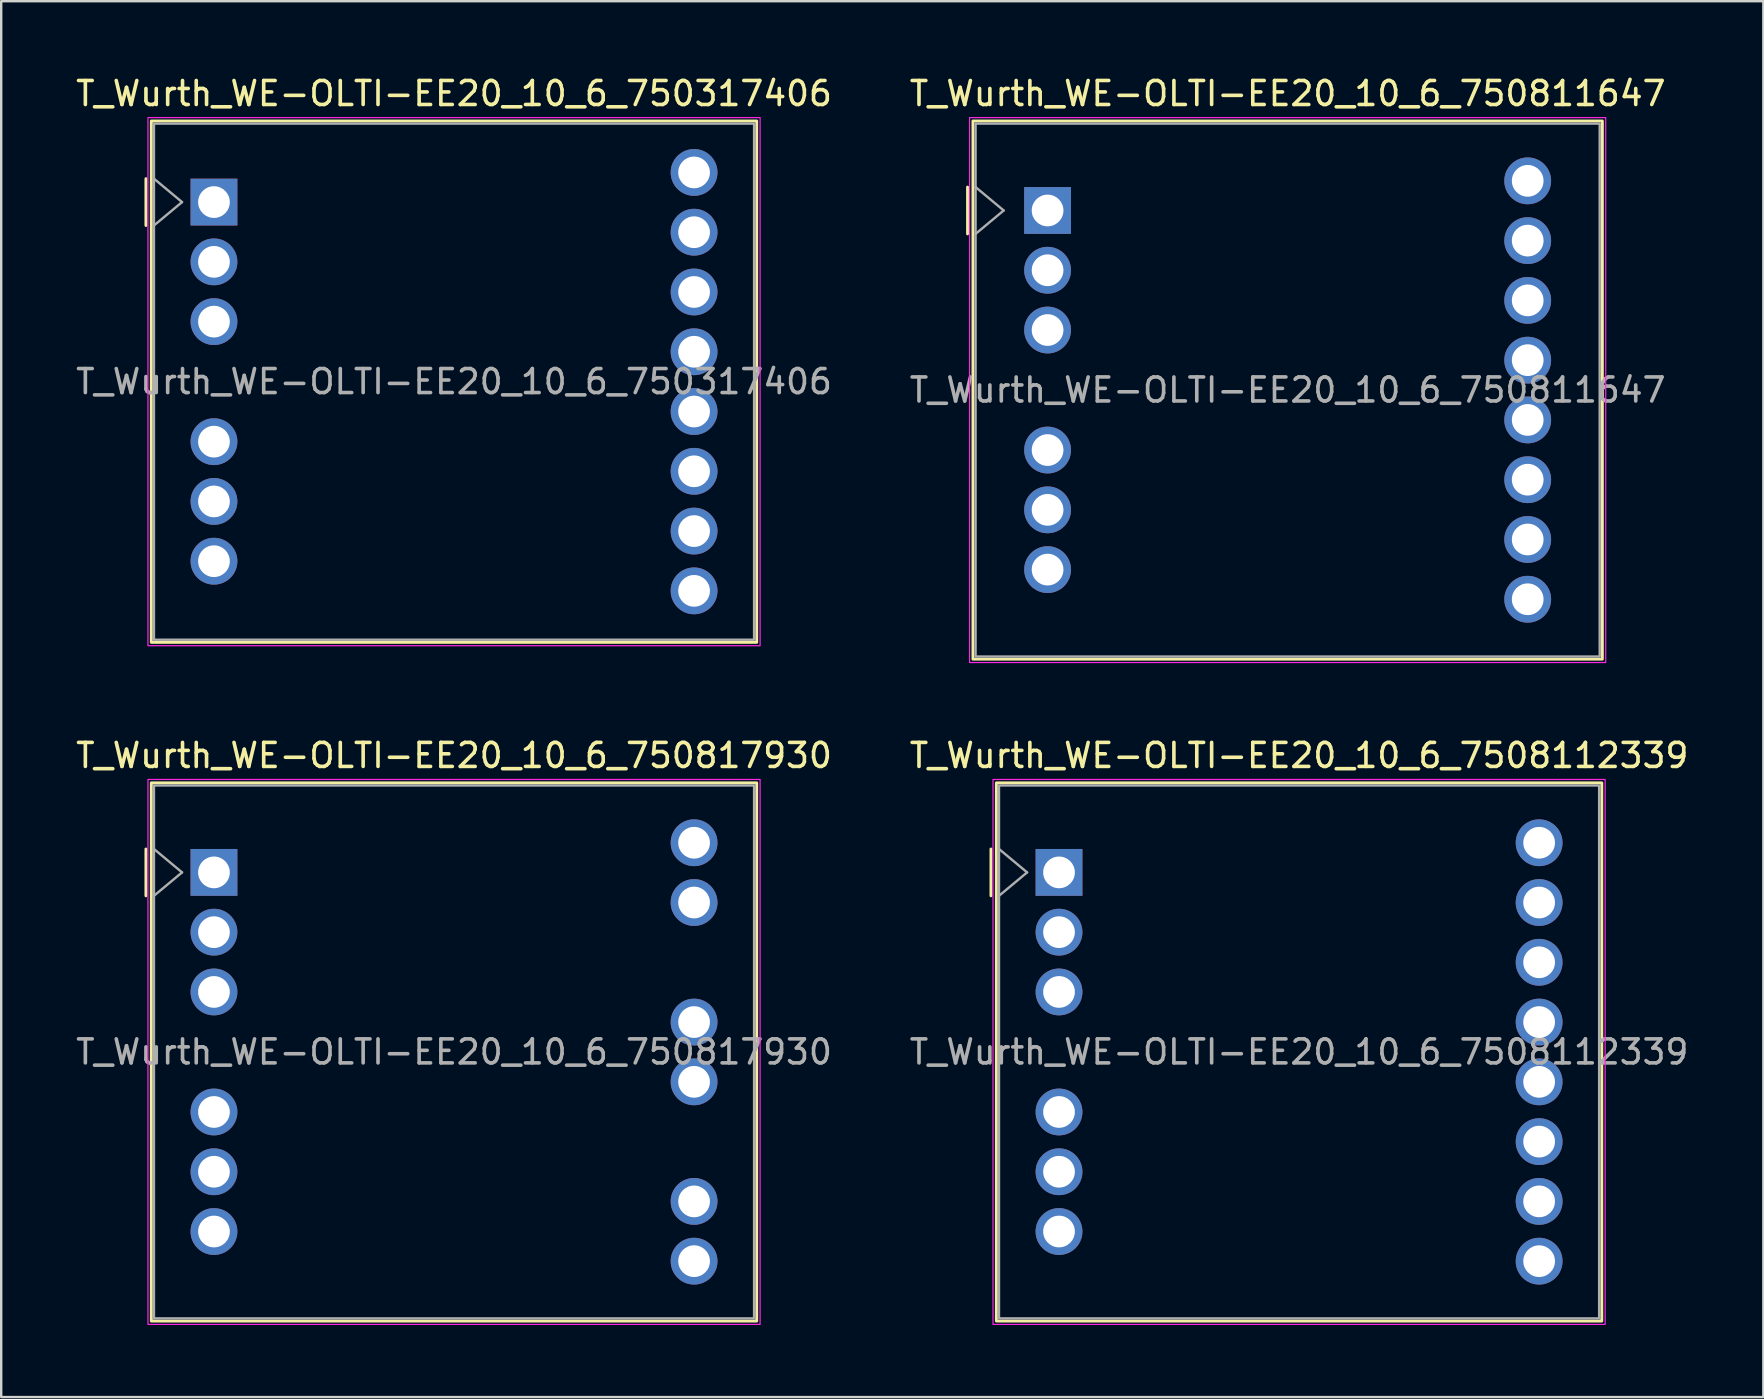
<source format=kicad_pcb>
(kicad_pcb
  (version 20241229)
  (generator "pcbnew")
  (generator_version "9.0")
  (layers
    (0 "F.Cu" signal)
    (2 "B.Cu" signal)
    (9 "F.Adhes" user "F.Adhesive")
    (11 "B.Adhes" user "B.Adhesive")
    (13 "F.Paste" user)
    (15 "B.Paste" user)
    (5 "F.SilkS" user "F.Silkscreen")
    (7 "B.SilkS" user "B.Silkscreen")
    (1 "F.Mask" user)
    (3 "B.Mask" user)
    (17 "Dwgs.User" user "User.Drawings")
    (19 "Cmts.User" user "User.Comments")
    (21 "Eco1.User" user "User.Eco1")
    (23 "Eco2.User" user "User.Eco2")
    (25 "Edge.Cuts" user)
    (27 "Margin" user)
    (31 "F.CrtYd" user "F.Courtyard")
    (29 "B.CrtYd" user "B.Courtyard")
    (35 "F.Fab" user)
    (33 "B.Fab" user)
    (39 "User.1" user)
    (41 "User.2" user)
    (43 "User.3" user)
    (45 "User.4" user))
  (footprint "T_Wurth_WE-OLTI-EE20_10_6_750317406"
    (layer "F.Cu")
    (at 5.863 5.368)
    (property "Reference" "T_Wurth_WE-OLTI-EE20_10_6_750317406" (at 10 -4.52 0) (unlocked yes) (layer "F.SilkS") (effects (font (size 1 1) (thickness 0.15))))
    (attr smd)
    (fp_line (start -2.835 -0.975) (end -2.835 0.975) (stroke (width 0.12) (type solid)) (layer "F.SilkS"))
    (fp_rect (start -2.61 -3.38) (end 22.61 18.34) (stroke (width 0.12) (type solid)) (fill no) (layer "F.SilkS"))
    (fp_rect (start -2.75 -3.52) (end 22.75 18.48) (stroke (width 0.05) (type solid)) (fill no) (layer "F.CrtYd"))
    (fp_line (start -2.5 -0.975) (end -1.33 0) (stroke (width 0.1) (type solid)) (layer "F.Fab"))
    (fp_line (start -2.5 0.975) (end -1.33 0) (stroke (width 0.1) (type solid)) (layer "F.Fab"))
    (fp_rect (start -2.5 -3.27) (end 22.5 18.23) (stroke (width 0.1) (type solid)) (fill no) (layer "F.Fab"))
    (fp_text user "${REFERENCE}" (at 10 7.48 0) (unlocked yes) (layer "F.Fab") (effects (font (size 1 1) (thickness 0.15))))
    (pad "1" thru_hole rect (at 0 0) (size 1.95 1.95) (drill 1.32) (layers "*.Cu" "*.Mask"))
    (pad "2" thru_hole circle (at 0 2.49) (size 1.95 1.95) (drill 1.32) (layers "*.Cu" "*.Mask"))
    (pad "3" thru_hole circle (at 0 4.98) (size 1.95 1.95) (drill 1.32) (layers "*.Cu" "*.Mask"))
    (pad "4" thru_hole circle (at 0 9.98) (size 1.95 1.95) (drill 1.32) (layers "*.Cu" "*.Mask"))
    (pad "5" thru_hole circle (at 0 12.47) (size 1.95 1.95) (drill 1.32) (layers "*.Cu" "*.Mask"))
    (pad "6" thru_hole circle (at 0 14.96) (size 1.95 1.95) (drill 1.32) (layers "*.Cu" "*.Mask"))
    (pad "7" thru_hole circle (at 20 16.195) (size 1.95 1.95) (drill 1.32) (layers "*.Cu" "*.Mask"))
    (pad "8" thru_hole circle (at 20 13.705) (size 1.95 1.95) (drill 1.32) (layers "*.Cu" "*.Mask"))
    (pad "9" thru_hole circle (at 20 11.215) (size 1.95 1.95) (drill 1.32) (layers "*.Cu" "*.Mask"))
    (pad "10" thru_hole circle (at 20 8.725) (size 1.95 1.95) (drill 1.32) (layers "*.Cu" "*.Mask"))
    (pad "11" thru_hole circle (at 20 6.235) (size 1.95 1.95) (drill 1.32) (layers "*.Cu" "*.Mask"))
    (pad "12" thru_hole circle (at 20 3.745) (size 1.95 1.95) (drill 1.32) (layers "*.Cu" "*.Mask"))
    (pad "13" thru_hole circle (at 20 1.255) (size 1.95 1.95) (drill 1.32) (layers "*.Cu" "*.Mask"))
    (pad "14" thru_hole circle (at 20 -1.235) (size 1.95 1.95) (drill 1.32) (layers "*.Cu" "*.Mask")))
  (footprint "T_Wurth_WE-OLTI-EE20_10_6_750817930"
    (layer "F.Cu")
    (at 5.863 33.291)
    (property "Reference" "T_Wurth_WE-OLTI-EE20_10_6_750817930" (at 10 -4.87 0) (unlocked yes) (layer "F.SilkS") (effects (font (size 1 1) (thickness 0.15))))
    (attr smd)
    (fp_line (start -2.835 -0.975) (end -2.835 0.975) (stroke (width 0.12) (type solid)) (layer "F.SilkS"))
    (fp_rect (start -2.61 -3.73) (end 22.61 18.69) (stroke (width 0.12) (type solid)) (fill no) (layer "F.SilkS"))
    (fp_rect (start -2.75 -3.87) (end 22.75 18.83) (stroke (width 0.05) (type solid)) (fill no) (layer "F.CrtYd"))
    (fp_line (start -2.5 -0.975) (end -1.33 0) (stroke (width 0.1) (type solid)) (layer "F.Fab"))
    (fp_line (start -2.5 0.975) (end -1.33 0) (stroke (width 0.1) (type solid)) (layer "F.Fab"))
    (fp_rect (start -2.5 -3.62) (end 22.5 18.58) (stroke (width 0.1) (type solid)) (fill no) (layer "F.Fab"))
    (fp_text user "${REFERENCE}" (at 10 7.48 0) (unlocked yes) (layer "F.Fab") (effects (font (size 1 1) (thickness 0.15))))
    (pad "1" thru_hole rect (at 0 0) (size 1.95 1.95) (drill 1.32) (layers "*.Cu" "*.Mask"))
    (pad "2" thru_hole circle (at 0 2.49) (size 1.95 1.95) (drill 1.32) (layers "*.Cu" "*.Mask"))
    (pad "3" thru_hole circle (at 0 4.98) (size 1.95 1.95) (drill 1.32) (layers "*.Cu" "*.Mask"))
    (pad "4" thru_hole circle (at 0 9.98) (size 1.95 1.95) (drill 1.32) (layers "*.Cu" "*.Mask"))
    (pad "5" thru_hole circle (at 0 12.47) (size 1.95 1.95) (drill 1.32) (layers "*.Cu" "*.Mask"))
    (pad "6" thru_hole circle (at 0 14.96) (size 1.95 1.95) (drill 1.32) (layers "*.Cu" "*.Mask"))
    (pad "7" thru_hole circle (at 20 16.195) (size 1.95 1.95) (drill 1.32) (layers "*.Cu" "*.Mask"))
    (pad "8" thru_hole circle (at 20 13.705) (size 1.95 1.95) (drill 1.32) (layers "*.Cu" "*.Mask"))
    (pad "10" thru_hole circle (at 20 8.725) (size 1.95 1.95) (drill 1.32) (layers "*.Cu" "*.Mask"))
    (pad "11" thru_hole circle (at 20 6.235) (size 1.95 1.95) (drill 1.32) (layers "*.Cu" "*.Mask"))
    (pad "13" thru_hole circle (at 20 1.255) (size 1.95 1.95) (drill 1.32) (layers "*.Cu" "*.Mask"))
    (pad "14" thru_hole circle (at 20 -1.235) (size 1.95 1.95) (drill 1.32) (layers "*.Cu" "*.Mask")))
  (footprint "T_Wurth_WE-OLTI-EE20_10_6_7508112339"
    (layer "F.Cu")
    (at 41.065 33.291)
    (property "Reference" "T_Wurth_WE-OLTI-EE20_10_6_7508112339" (at 10 -4.87 0) (unlocked yes) (layer "F.SilkS") (effects (font (size 1 1) (thickness 0.15))))
    (attr smd)
    (fp_line (start -2.835 -0.975) (end -2.835 0.975) (stroke (width 0.12) (type solid)) (layer "F.SilkS"))
    (fp_rect (start -2.61 -3.73) (end 22.61 18.69) (stroke (width 0.12) (type solid)) (fill no) (layer "F.SilkS"))
    (fp_rect (start -2.75 -3.87) (end 22.75 18.83) (stroke (width 0.05) (type solid)) (fill no) (layer "F.CrtYd"))
    (fp_line (start -2.5 -0.975) (end -1.33 0) (stroke (width 0.1) (type solid)) (layer "F.Fab"))
    (fp_line (start -2.5 0.975) (end -1.33 0) (stroke (width 0.1) (type solid)) (layer "F.Fab"))
    (fp_rect (start -2.5 -3.62) (end 22.5 18.58) (stroke (width 0.1) (type solid)) (fill no) (layer "F.Fab"))
    (fp_text user "${REFERENCE}" (at 10 7.48 0) (unlocked yes) (layer "F.Fab") (effects (font (size 1 1) (thickness 0.15))))
    (pad "1" thru_hole rect (at 0 0) (size 1.95 1.95) (drill 1.32) (layers "*.Cu" "*.Mask"))
    (pad "2" thru_hole circle (at 0 2.49) (size 1.95 1.95) (drill 1.32) (layers "*.Cu" "*.Mask"))
    (pad "3" thru_hole circle (at 0 4.98) (size 1.95 1.95) (drill 1.32) (layers "*.Cu" "*.Mask"))
    (pad "4" thru_hole circle (at 0 9.98) (size 1.95 1.95) (drill 1.32) (layers "*.Cu" "*.Mask"))
    (pad "5" thru_hole circle (at 0 12.47) (size 1.95 1.95) (drill 1.32) (layers "*.Cu" "*.Mask"))
    (pad "6" thru_hole circle (at 0 14.96) (size 1.95 1.95) (drill 1.32) (layers "*.Cu" "*.Mask"))
    (pad "7" thru_hole circle (at 20 16.195) (size 1.95 1.95) (drill 1.32) (layers "*.Cu" "*.Mask"))
    (pad "8" thru_hole circle (at 20 13.705) (size 1.95 1.95) (drill 1.32) (layers "*.Cu" "*.Mask"))
    (pad "9" thru_hole circle (at 20 11.215) (size 1.95 1.95) (drill 1.32) (layers "*.Cu" "*.Mask"))
    (pad "10" thru_hole circle (at 20 8.725) (size 1.95 1.95) (drill 1.32) (layers "*.Cu" "*.Mask"))
    (pad "11" thru_hole circle (at 20 6.235) (size 1.95 1.95) (drill 1.32) (layers "*.Cu" "*.Mask"))
    (pad "12" thru_hole circle (at 20 3.745) (size 1.95 1.95) (drill 1.32) (layers "*.Cu" "*.Mask"))
    (pad "13" thru_hole circle (at 20 1.255) (size 1.95 1.95) (drill 1.32) (layers "*.Cu" "*.Mask"))
    (pad "14" thru_hole circle (at 20 -1.235) (size 1.95 1.95) (drill 1.32) (layers "*.Cu" "*.Mask")))
  (footprint "T_Wurth_WE-OLTI-EE20_10_6_750811647"
    (layer "F.Cu")
    (at 40.589 5.718)
    (property "Reference" "T_Wurth_WE-OLTI-EE20_10_6_750811647" (at 10 -4.87 0) (unlocked yes) (layer "F.SilkS") (effects (font (size 1 1) (thickness 0.15))))
    (attr smd)
    (fp_line (start -3.335 -0.975) (end -3.335 0.975) (stroke (width 0.12) (type solid)) (layer "F.SilkS"))
    (fp_rect (start -3.11 -3.73) (end 23.11 18.69) (stroke (width 0.12) (type solid)) (fill no) (layer "F.SilkS"))
    (fp_rect (start -3.25 -3.87) (end 23.25 18.83) (stroke (width 0.05) (type solid)) (fill no) (layer "F.CrtYd"))
    (fp_line (start -3 -0.975) (end -1.83 0) (stroke (width 0.1) (type solid)) (layer "F.Fab"))
    (fp_line (start -3 0.975) (end -1.83 0) (stroke (width 0.1) (type solid)) (layer "F.Fab"))
    (fp_rect (start -3 -3.62) (end 23 18.58) (stroke (width 0.1) (type solid)) (fill no) (layer "F.Fab"))
    (fp_text user "${REFERENCE}" (at 10 7.48 0) (unlocked yes) (layer "F.Fab") (effects (font (size 1 1) (thickness 0.15))))
    (pad "1" thru_hole rect (at 0 0) (size 1.95 1.95) (drill 1.32) (layers "*.Cu" "*.Mask"))
    (pad "2" thru_hole circle (at 0 2.49) (size 1.95 1.95) (drill 1.32) (layers "*.Cu" "*.Mask"))
    (pad "3" thru_hole circle (at 0 4.98) (size 1.95 1.95) (drill 1.32) (layers "*.Cu" "*.Mask"))
    (pad "4" thru_hole circle (at 0 9.98) (size 1.95 1.95) (drill 1.32) (layers "*.Cu" "*.Mask"))
    (pad "5" thru_hole circle (at 0 12.47) (size 1.95 1.95) (drill 1.32) (layers "*.Cu" "*.Mask"))
    (pad "6" thru_hole circle (at 0 14.96) (size 1.95 1.95) (drill 1.32) (layers "*.Cu" "*.Mask"))
    (pad "7" thru_hole circle (at 20 16.195) (size 1.95 1.95) (drill 1.32) (layers "*.Cu" "*.Mask"))
    (pad "8" thru_hole circle (at 20 13.705) (size 1.95 1.95) (drill 1.32) (layers "*.Cu" "*.Mask"))
    (pad "9" thru_hole circle (at 20 11.215) (size 1.95 1.95) (drill 1.32) (layers "*.Cu" "*.Mask"))
    (pad "10" thru_hole circle (at 20 8.725) (size 1.95 1.95) (drill 1.32) (layers "*.Cu" "*.Mask"))
    (pad "11" thru_hole circle (at 20 6.235) (size 1.95 1.95) (drill 1.32) (layers "*.Cu" "*.Mask"))
    (pad "12" thru_hole circle (at 20 3.745) (size 1.95 1.95) (drill 1.32) (layers "*.Cu" "*.Mask"))
    (pad "13" thru_hole circle (at 20 1.255) (size 1.95 1.95) (drill 1.32) (layers "*.Cu" "*.Mask"))
    (pad "14" thru_hole circle (at 20 -1.235) (size 1.95 1.95) (drill 1.32) (layers "*.Cu" "*.Mask")))
  (gr_rect
    (start -3 -3)
    (end 70.405 55.147)
    (stroke (width 0.1) (type default))
    (fill no)
    (layer "Edge.Cuts")))
</source>
